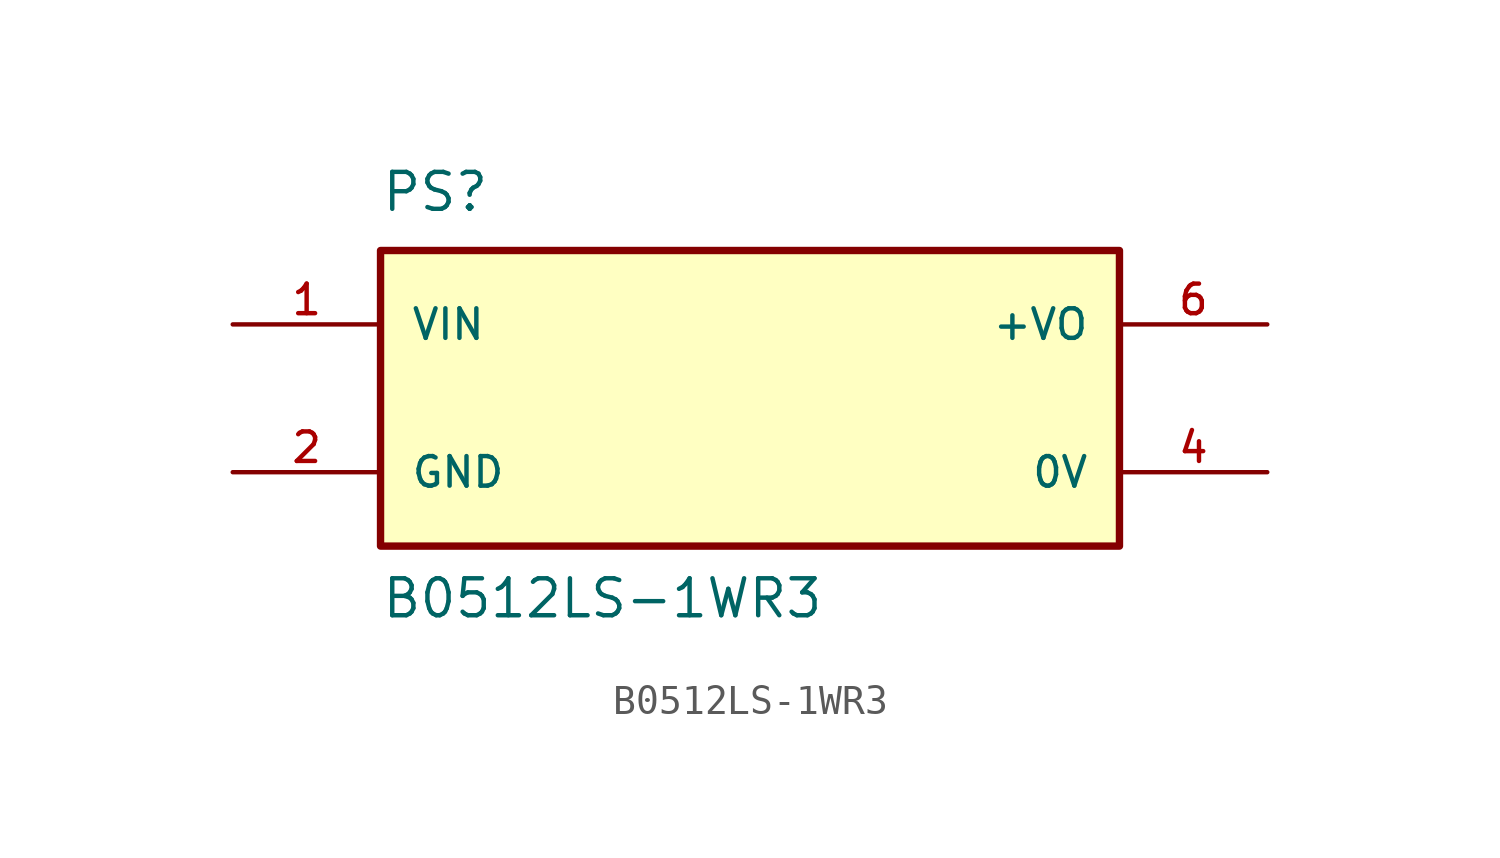
<source format=kicad_sym>
(kicad_symbol_lib
  (version 20211014)
  (generator kicad_symbol_editor)
  (symbol "B0512LS-1WR3"
    (pin_names
      (offset 1.016))
    (property "Reference" "PS"
      (at -12.7 6.35 0)
      (effects (font (size 1.27 1.27)) (justify bottom left)))
    (property "Value" "B0512LS-1WR3"
      (at -12.7 -7.62 0)
      (effects (font (size 1.27 1.27)) (justify bottom left)))
    (symbol "B0512LS-1WR3_0_0"
      (rectangle (start -12.7 -5.08) (end 12.7 5.08) (stroke (width 0.254)) (fill (type background)))
      (pin input line (at -17.78 2.54 0) (length 5.08) (name "VIN" (effects (font (size 1.016 1.016)))) (number "1" (effects (font (size 1.016 1.016)))))
      (pin output line (at 17.78 2.54 180.0) (length 5.08) (name "+VO" (effects (font (size 1.016 1.016)))) (number "6" (effects (font (size 1.016 1.016)))))
      (pin power_in line (at -17.78 -2.54 0) (length 5.08) (name "GND" (effects (font (size 1.016 1.016)))) (number "2" (effects (font (size 1.016 1.016)))))
      (pin passive line (at 17.78 -2.54 180.0) (length 5.08) (name "0V" (effects (font (size 1.016 1.016)))) (number "4" (effects (font (size 1.016 1.016))))))))
</source>
